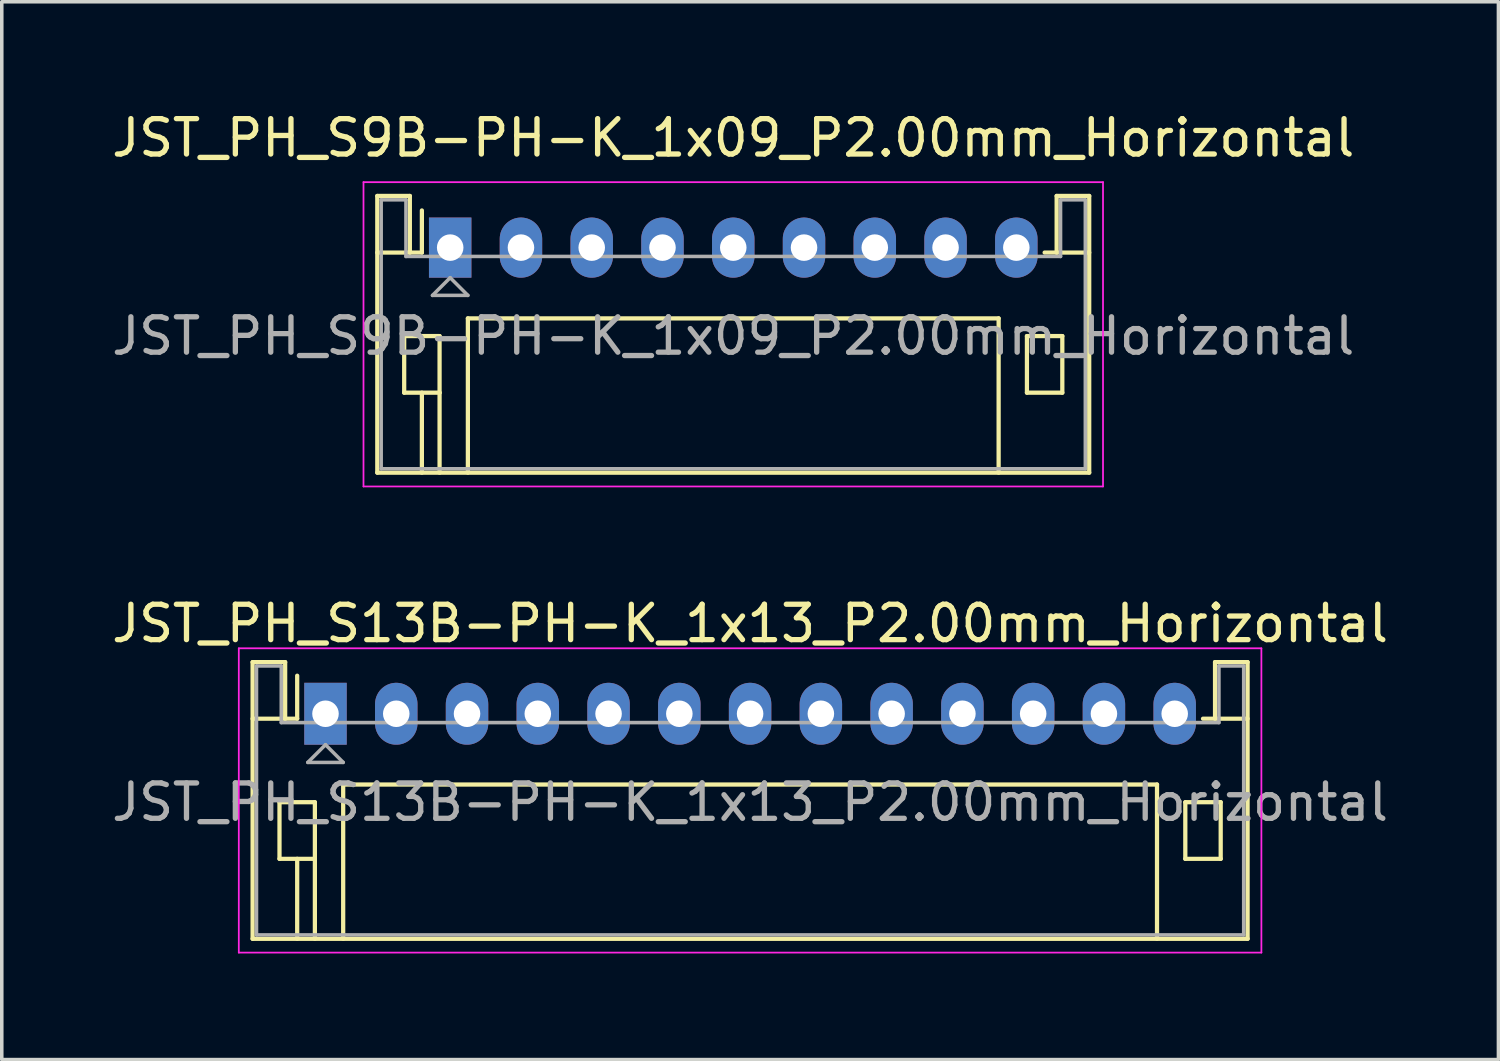
<source format=kicad_pcb>
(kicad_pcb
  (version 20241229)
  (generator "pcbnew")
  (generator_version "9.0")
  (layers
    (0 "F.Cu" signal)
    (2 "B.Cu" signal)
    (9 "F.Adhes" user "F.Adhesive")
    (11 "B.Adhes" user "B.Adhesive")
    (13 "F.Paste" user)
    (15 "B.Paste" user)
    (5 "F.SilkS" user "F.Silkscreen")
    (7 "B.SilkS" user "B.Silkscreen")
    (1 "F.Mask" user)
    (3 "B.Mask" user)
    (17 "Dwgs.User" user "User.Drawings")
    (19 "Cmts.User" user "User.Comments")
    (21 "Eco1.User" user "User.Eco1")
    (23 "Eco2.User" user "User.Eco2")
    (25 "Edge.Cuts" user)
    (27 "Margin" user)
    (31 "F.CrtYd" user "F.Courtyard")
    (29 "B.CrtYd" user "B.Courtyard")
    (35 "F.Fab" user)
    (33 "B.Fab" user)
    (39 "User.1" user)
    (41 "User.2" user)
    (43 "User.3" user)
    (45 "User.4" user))
  (footprint "JST_PH_S9B-PH-K_1x09_P2.00mm_Horizontal"
    (layer "F.Cu")
    (at 9.673 3.948)
    (property "Reference" "JST_PH_S9B-PH-K_1x09_P2.00mm_Horizontal" (at 8 -3.1 0) (layer "F.SilkS") (effects (font (size 1 1) (thickness 0.15))))
    (attr through_hole)
    (fp_line (start -2.06 -1.46) (end -2.06 6.36) (stroke (width 0.12) (type solid)) (layer "F.SilkS"))
    (fp_line (start -2.06 0.14) (end -1.14 0.14) (stroke (width 0.12) (type solid)) (layer "F.SilkS"))
    (fp_line (start -2.06 6.36) (end 18.06 6.36) (stroke (width 0.12) (type solid)) (layer "F.SilkS"))
    (fp_line (start -1.3 2.5) (end -1.3 4.1) (stroke (width 0.12) (type solid)) (layer "F.SilkS"))
    (fp_line (start -1.3 4.1) (end -0.3 4.1) (stroke (width 0.12) (type solid)) (layer "F.SilkS"))
    (fp_line (start -1.14 -1.46) (end -2.06 -1.46) (stroke (width 0.12) (type solid)) (layer "F.SilkS"))
    (fp_line (start -1.14 0.14) (end -1.14 -1.46) (stroke (width 0.12) (type solid)) (layer "F.SilkS"))
    (fp_line (start -0.8 0.14) (end -1.14 0.14) (stroke (width 0.12) (type solid)) (layer "F.SilkS"))
    (fp_line (start -0.8 0.14) (end -0.8 -1.05) (stroke (width 0.12) (type solid)) (layer "F.SilkS"))
    (fp_line (start -0.8 4.1) (end -0.8 6.36) (stroke (width 0.12) (type solid)) (layer "F.SilkS"))
    (fp_line (start -0.3 2.5) (end -1.3 2.5) (stroke (width 0.12) (type solid)) (layer "F.SilkS"))
    (fp_line (start -0.3 4.1) (end -0.3 2.5) (stroke (width 0.12) (type solid)) (layer "F.SilkS"))
    (fp_line (start -0.3 4.1) (end -0.3 6.36) (stroke (width 0.12) (type solid)) (layer "F.SilkS"))
    (fp_line (start 0.5 2) (end 15.5 2) (stroke (width 0.12) (type solid)) (layer "F.SilkS"))
    (fp_line (start 0.5 6.36) (end 0.5 2) (stroke (width 0.12) (type solid)) (layer "F.SilkS"))
    (fp_line (start 15.5 2) (end 15.5 6.36) (stroke (width 0.12) (type solid)) (layer "F.SilkS"))
    (fp_line (start 16.3 2.5) (end 17.3 2.5) (stroke (width 0.12) (type solid)) (layer "F.SilkS"))
    (fp_line (start 16.3 4.1) (end 16.3 2.5) (stroke (width 0.12) (type solid)) (layer "F.SilkS"))
    (fp_line (start 17.14 -1.46) (end 17.14 0.14) (stroke (width 0.12) (type solid)) (layer "F.SilkS"))
    (fp_line (start 17.14 0.14) (end 16.8 0.14) (stroke (width 0.12) (type solid)) (layer "F.SilkS"))
    (fp_line (start 17.3 2.5) (end 17.3 4.1) (stroke (width 0.12) (type solid)) (layer "F.SilkS"))
    (fp_line (start 17.3 4.1) (end 16.3 4.1) (stroke (width 0.12) (type solid)) (layer "F.SilkS"))
    (fp_line (start 18.06 -1.46) (end 17.14 -1.46) (stroke (width 0.12) (type solid)) (layer "F.SilkS"))
    (fp_line (start 18.06 0.14) (end 17.14 0.14) (stroke (width 0.12) (type solid)) (layer "F.SilkS"))
    (fp_line (start 18.06 6.36) (end 18.06 -1.46) (stroke (width 0.12) (type solid)) (layer "F.SilkS"))
    (fp_line (start -2.45 -1.85) (end -2.45 6.75) (stroke (width 0.05) (type solid)) (layer "F.CrtYd"))
    (fp_line (start -2.45 6.75) (end 18.45 6.75) (stroke (width 0.05) (type solid)) (layer "F.CrtYd"))
    (fp_line (start 18.45 -1.85) (end -2.45 -1.85) (stroke (width 0.05) (type solid)) (layer "F.CrtYd"))
    (fp_line (start 18.45 6.75) (end 18.45 -1.85) (stroke (width 0.05) (type solid)) (layer "F.CrtYd"))
    (fp_line (start -1.95 -1.35) (end -1.95 6.25) (stroke (width 0.1) (type solid)) (layer "F.Fab"))
    (fp_line (start -1.95 6.25) (end 17.95 6.25) (stroke (width 0.1) (type solid)) (layer "F.Fab"))
    (fp_line (start -1.25 -1.35) (end -1.95 -1.35) (stroke (width 0.1) (type solid)) (layer "F.Fab"))
    (fp_line (start -1.25 0.25) (end -1.25 -1.35) (stroke (width 0.1) (type solid)) (layer "F.Fab"))
    (fp_line (start -0.5 1.35) (end 0.5 1.35) (stroke (width 0.1) (type solid)) (layer "F.Fab"))
    (fp_line (start 0 0.85) (end -0.5 1.35) (stroke (width 0.1) (type solid)) (layer "F.Fab"))
    (fp_line (start 0.5 1.35) (end 0 0.85) (stroke (width 0.1) (type solid)) (layer "F.Fab"))
    (fp_line (start 17.25 -1.35) (end 17.25 0.25) (stroke (width 0.1) (type solid)) (layer "F.Fab"))
    (fp_line (start 17.25 0.25) (end -1.25 0.25) (stroke (width 0.1) (type solid)) (layer "F.Fab"))
    (fp_line (start 17.95 -1.35) (end 17.25 -1.35) (stroke (width 0.1) (type solid)) (layer "F.Fab"))
    (fp_line (start 17.95 6.25) (end 17.95 -1.35) (stroke (width 0.1) (type solid)) (layer "F.Fab"))
    (fp_text user "${REFERENCE}" (at 8 2.5 0) (layer "F.Fab") (effects (font (size 1 1) (thickness 0.15))))
    (pad "1" thru_hole rect (at 0 0) (size 1.2 1.7) (drill 0.75) (layers "*.Cu" "*.Mask"))
    (pad "2" thru_hole oval (at 2 0) (size 1.2 1.7) (drill 0.75) (layers "*.Cu" "*.Mask"))
    (pad "3" thru_hole oval (at 4 0) (size 1.2 1.7) (drill 0.75) (layers "*.Cu" "*.Mask"))
    (pad "4" thru_hole oval (at 6 0) (size 1.2 1.7) (drill 0.75) (layers "*.Cu" "*.Mask"))
    (pad "5" thru_hole oval (at 8 0) (size 1.2 1.7) (drill 0.75) (layers "*.Cu" "*.Mask"))
    (pad "6" thru_hole oval (at 10 0) (size 1.2 1.7) (drill 0.75) (layers "*.Cu" "*.Mask"))
    (pad "7" thru_hole oval (at 12 0) (size 1.2 1.7) (drill 0.75) (layers "*.Cu" "*.Mask"))
    (pad "8" thru_hole oval (at 14 0) (size 1.2 1.7) (drill 0.75) (layers "*.Cu" "*.Mask"))
    (pad "9" thru_hole oval (at 16 0) (size 1.2 1.7) (drill 0.75) (layers "*.Cu" "*.Mask")))
  (footprint "JST_PH_S13B-PH-K_1x13_P2.00mm_Horizontal"
    (layer "F.Cu")
    (at 6.149 17.122)
    (property "Reference" "JST_PH_S13B-PH-K_1x13_P2.00mm_Horizontal" (at 12 -2.55 0) (layer "F.SilkS") (effects (font (size 1 1) (thickness 0.15))))
    (attr through_hole)
    (fp_line (start -2.06 -1.46) (end -2.06 6.36) (stroke (width 0.12) (type solid)) (layer "F.SilkS"))
    (fp_line (start -2.06 0.14) (end -1.14 0.14) (stroke (width 0.12) (type solid)) (layer "F.SilkS"))
    (fp_line (start -2.06 6.36) (end 26.06 6.36) (stroke (width 0.12) (type solid)) (layer "F.SilkS"))
    (fp_line (start -1.3 2.5) (end -1.3 4.1) (stroke (width 0.12) (type solid)) (layer "F.SilkS"))
    (fp_line (start -1.3 4.1) (end -0.3 4.1) (stroke (width 0.12) (type solid)) (layer "F.SilkS"))
    (fp_line (start -1.14 -1.46) (end -2.06 -1.46) (stroke (width 0.12) (type solid)) (layer "F.SilkS"))
    (fp_line (start -1.14 0.14) (end -1.14 -1.46) (stroke (width 0.12) (type solid)) (layer "F.SilkS"))
    (fp_line (start -0.8 0.14) (end -1.14 0.14) (stroke (width 0.12) (type solid)) (layer "F.SilkS"))
    (fp_line (start -0.8 0.14) (end -0.8 -1.075) (stroke (width 0.12) (type solid)) (layer "F.SilkS"))
    (fp_line (start -0.8 4.1) (end -0.8 6.36) (stroke (width 0.12) (type solid)) (layer "F.SilkS"))
    (fp_line (start -0.3 2.5) (end -1.3 2.5) (stroke (width 0.12) (type solid)) (layer "F.SilkS"))
    (fp_line (start -0.3 4.1) (end -0.3 2.5) (stroke (width 0.12) (type solid)) (layer "F.SilkS"))
    (fp_line (start -0.3 4.1) (end -0.3 6.36) (stroke (width 0.12) (type solid)) (layer "F.SilkS"))
    (fp_line (start 0.5 2) (end 23.5 2) (stroke (width 0.12) (type solid)) (layer "F.SilkS"))
    (fp_line (start 0.5 6.36) (end 0.5 2) (stroke (width 0.12) (type solid)) (layer "F.SilkS"))
    (fp_line (start 23.5 2) (end 23.5 6.36) (stroke (width 0.12) (type solid)) (layer "F.SilkS"))
    (fp_line (start 24.3 2.5) (end 25.3 2.5) (stroke (width 0.12) (type solid)) (layer "F.SilkS"))
    (fp_line (start 24.3 4.1) (end 24.3 2.5) (stroke (width 0.12) (type solid)) (layer "F.SilkS"))
    (fp_line (start 25.14 -1.46) (end 25.14 0.14) (stroke (width 0.12) (type solid)) (layer "F.SilkS"))
    (fp_line (start 25.14 0.14) (end 24.8 0.14) (stroke (width 0.12) (type solid)) (layer "F.SilkS"))
    (fp_line (start 25.3 2.5) (end 25.3 4.1) (stroke (width 0.12) (type solid)) (layer "F.SilkS"))
    (fp_line (start 25.3 4.1) (end 24.3 4.1) (stroke (width 0.12) (type solid)) (layer "F.SilkS"))
    (fp_line (start 26.06 -1.46) (end 25.14 -1.46) (stroke (width 0.12) (type solid)) (layer "F.SilkS"))
    (fp_line (start 26.06 0.14) (end 25.14 0.14) (stroke (width 0.12) (type solid)) (layer "F.SilkS"))
    (fp_line (start 26.06 6.36) (end 26.06 -1.46) (stroke (width 0.12) (type solid)) (layer "F.SilkS"))
    (fp_line (start -2.45 -1.85) (end -2.45 6.75) (stroke (width 0.05) (type solid)) (layer "F.CrtYd"))
    (fp_line (start -2.45 6.75) (end 26.45 6.75) (stroke (width 0.05) (type solid)) (layer "F.CrtYd"))
    (fp_line (start 26.45 -1.85) (end -2.45 -1.85) (stroke (width 0.05) (type solid)) (layer "F.CrtYd"))
    (fp_line (start 26.45 6.75) (end 26.45 -1.85) (stroke (width 0.05) (type solid)) (layer "F.CrtYd"))
    (fp_line (start -1.95 -1.35) (end -1.95 6.25) (stroke (width 0.1) (type solid)) (layer "F.Fab"))
    (fp_line (start -1.95 6.25) (end 25.95 6.25) (stroke (width 0.1) (type solid)) (layer "F.Fab"))
    (fp_line (start -1.25 -1.35) (end -1.95 -1.35) (stroke (width 0.1) (type solid)) (layer "F.Fab"))
    (fp_line (start -1.25 0.25) (end -1.25 -1.35) (stroke (width 0.1) (type solid)) (layer "F.Fab"))
    (fp_line (start -0.5 1.375) (end 0.5 1.375) (stroke (width 0.1) (type solid)) (layer "F.Fab"))
    (fp_line (start 0 0.875) (end -0.5 1.375) (stroke (width 0.1) (type solid)) (layer "F.Fab"))
    (fp_line (start 0.5 1.375) (end 0 0.875) (stroke (width 0.1) (type solid)) (layer "F.Fab"))
    (fp_line (start 25.25 -1.35) (end 25.25 0.25) (stroke (width 0.1) (type solid)) (layer "F.Fab"))
    (fp_line (start 25.25 0.25) (end -1.25 0.25) (stroke (width 0.1) (type solid)) (layer "F.Fab"))
    (fp_line (start 25.95 -1.35) (end 25.25 -1.35) (stroke (width 0.1) (type solid)) (layer "F.Fab"))
    (fp_line (start 25.95 6.25) (end 25.95 -1.35) (stroke (width 0.1) (type solid)) (layer "F.Fab"))
    (fp_text user "${REFERENCE}" (at 12 2.5 0) (layer "F.Fab") (effects (font (size 1 1) (thickness 0.15))))
    (pad "1" thru_hole rect (at 0 0) (size 1.2 1.75) (drill 0.75) (layers "*.Cu" "*.Mask"))
    (pad "2" thru_hole oval (at 2 0) (size 1.2 1.75) (drill 0.75) (layers "*.Cu" "*.Mask"))
    (pad "3" thru_hole oval (at 4 0) (size 1.2 1.75) (drill 0.75) (layers "*.Cu" "*.Mask"))
    (pad "4" thru_hole oval (at 6 0) (size 1.2 1.75) (drill 0.75) (layers "*.Cu" "*.Mask"))
    (pad "5" thru_hole oval (at 8 0) (size 1.2 1.75) (drill 0.75) (layers "*.Cu" "*.Mask"))
    (pad "6" thru_hole oval (at 10 0) (size 1.2 1.75) (drill 0.75) (layers "*.Cu" "*.Mask"))
    (pad "7" thru_hole oval (at 12 0) (size 1.2 1.75) (drill 0.75) (layers "*.Cu" "*.Mask"))
    (pad "8" thru_hole oval (at 14 0) (size 1.2 1.75) (drill 0.75) (layers "*.Cu" "*.Mask"))
    (pad "9" thru_hole oval (at 16 0) (size 1.2 1.75) (drill 0.75) (layers "*.Cu" "*.Mask"))
    (pad "10" thru_hole oval (at 18 0) (size 1.2 1.75) (drill 0.75) (layers "*.Cu" "*.Mask"))
    (pad "11" thru_hole oval (at 20 0) (size 1.2 1.75) (drill 0.75) (layers "*.Cu" "*.Mask"))
    (pad "12" thru_hole oval (at 22 0) (size 1.2 1.75) (drill 0.75) (layers "*.Cu" "*.Mask"))
    (pad "13" thru_hole oval (at 24 0) (size 1.2 1.75) (drill 0.75) (layers "*.Cu" "*.Mask")))
  (gr_rect
    (start -3 -3)
    (end 39.298 26.896)
    (stroke (width 0.1) (type default))
    (fill no)
    (layer "Edge.Cuts")))
</source>
